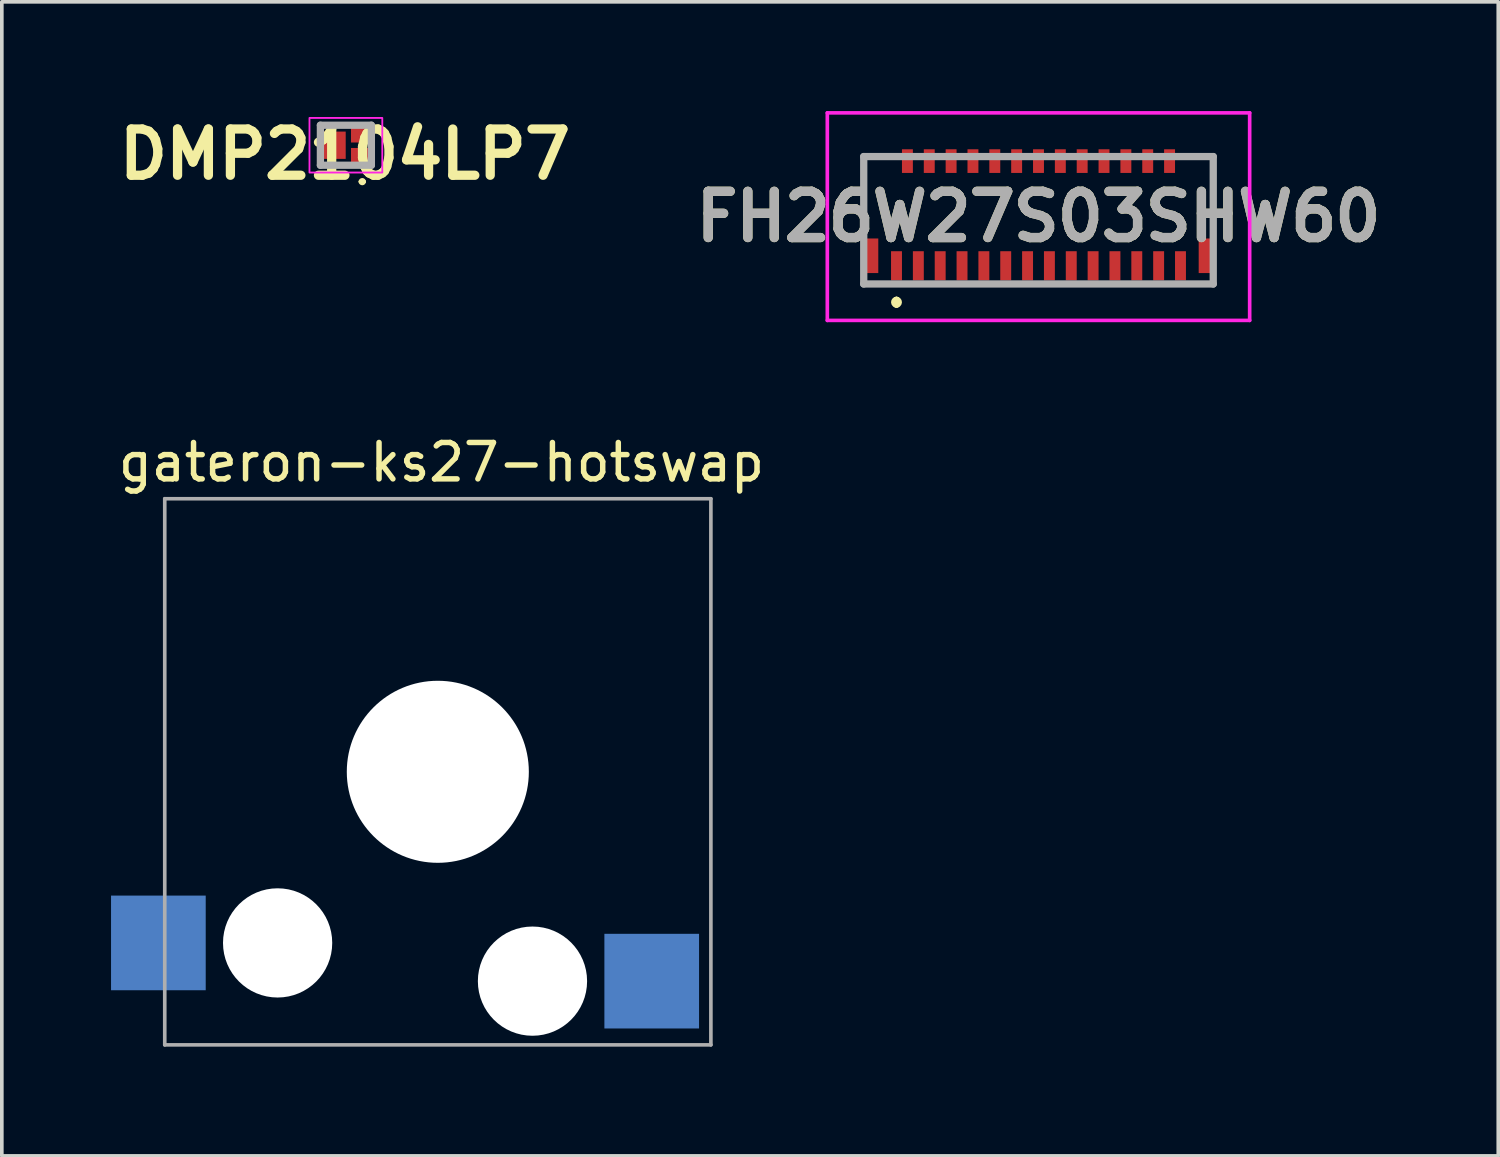
<source format=kicad_pcb>
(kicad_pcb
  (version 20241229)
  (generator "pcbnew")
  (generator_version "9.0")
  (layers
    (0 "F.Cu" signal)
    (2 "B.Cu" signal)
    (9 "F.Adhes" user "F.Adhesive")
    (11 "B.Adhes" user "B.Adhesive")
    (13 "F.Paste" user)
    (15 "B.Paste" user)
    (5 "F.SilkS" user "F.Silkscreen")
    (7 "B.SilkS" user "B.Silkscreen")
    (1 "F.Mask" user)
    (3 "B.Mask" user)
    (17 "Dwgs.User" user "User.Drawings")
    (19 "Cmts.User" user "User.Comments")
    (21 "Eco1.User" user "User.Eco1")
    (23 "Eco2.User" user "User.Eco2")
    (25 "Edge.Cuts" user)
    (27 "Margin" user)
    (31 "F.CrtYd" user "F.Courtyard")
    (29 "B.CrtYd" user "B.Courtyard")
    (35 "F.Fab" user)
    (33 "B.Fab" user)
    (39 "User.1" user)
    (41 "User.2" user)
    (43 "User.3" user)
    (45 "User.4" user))
  (footprint "gateron-ks27-hotswap"
    (layer "F.Cu")
    (at 8.975 18.148)
    (property "Reference" "gateron-ks27-hotswap" (at 0.1 -8.5 0) (unlocked yes) (layer "F.SilkS") (effects (font (size 1 1) (thickness 0.15))))
    (attr through_hole)
    (fp_line (start -7 -7) (end -7 7) (stroke (width 0.12) (type solid)) (layer "Eco2.User"))
    (fp_line (start -7 7) (end 7 7) (stroke (width 0.12) (type solid)) (layer "Eco2.User"))
    (fp_line (start -3.2 -6.3) (end -3.2 -3.1) (stroke (width 0.12) (type solid)) (layer "Eco2.User"))
    (fp_line (start 1.8 -6.3) (end -3.2 -6.3) (stroke (width 0.12) (type solid)) (layer "Eco2.User"))
    (fp_line (start 1.8 -6.3) (end 1.8 -3.1) (stroke (width 0.12) (type solid)) (layer "Eco2.User"))
    (fp_line (start 1.8 -3.1) (end -3.2 -3.1) (stroke (width 0.12) (type solid)) (layer "Eco2.User"))
    (fp_line (start 7 -7) (end -7 -7) (stroke (width 0.12) (type solid)) (layer "Eco2.User"))
    (fp_line (start 7 7) (end 7 -7) (stroke (width 0.12) (type solid)) (layer "Eco2.User"))
    (fp_line (start -7.5 -7.5) (end -7.5 7.5) (stroke (width 0.1) (type solid)) (layer "F.Fab"))
    (fp_line (start -7.5 7.5) (end 7.5 7.5) (stroke (width 0.1) (type solid)) (layer "F.Fab"))
    (fp_line (start 7.5 -7.5) (end -7.5 -7.5) (stroke (width 0.1) (type solid)) (layer "F.Fab"))
    (fp_line (start 7.5 7.5) (end 7.5 -7.5) (stroke (width 0.1) (type solid)) (layer "F.Fab"))
    (pad "" np_thru_hole circle (at -4.4 4.7) (size 3 3) (drill 3) (layers "*.Cu" "*.Mask"))
    (pad "" np_thru_hole circle (at 0 0) (size 5 5) (drill 5) (layers "*.Cu" "*.Mask"))
    (pad "" np_thru_hole circle (at 2.6 5.75) (size 3 3) (drill 3) (layers "*.Cu" "*.Mask"))
    (pad "1" smd rect (at -7.675 4.7) (size 2.6 2.6) (layers "B.Cu" "B.Mask" "B.Paste"))
    (pad "2" smd rect (at 5.875 5.75) (size 2.6 2.6) (layers "B.Cu" "B.Mask" "B.Paste")))
  (footprint "DMP2104LP7"
    (layer "F.Cu")
    (at 6.45 0.939)
    (property "Reference" "DMP2104LP7" (at -0.027 0.25 0) (layer "F.SilkS") (effects (font (size 1.27 1.27) (thickness 0.254))))
    (attr smd)
    (fp_line (start 0.4 1) (end 0.4 1) (stroke (width 0.1) (type solid)) (layer "F.SilkS"))
    (fp_line (start 0.5 1) (end 0.5 1) (stroke (width 0.1) (type solid)) (layer "F.SilkS"))
    (fp_arc (start 0.4 1) (mid 0.45 0.95) (end 0.5 1) (stroke (width 0.1) (type solid)) (layer "F.SilkS"))
    (fp_arc (start 0.5 1) (mid 0.45 1.05) (end 0.4 1) (stroke (width 0.1) (type solid)) (layer "F.SilkS"))
    (fp_rect (start -1 -0.75) (end 1 0.75) (stroke (width 0.05) (type default)) (fill no) (layer "F.CrtYd"))
    (fp_line (start -0.7 -0.55) (end 0.7 -0.55) (stroke (width 0.2) (type solid)) (layer "F.Fab"))
    (fp_line (start -0.7 0.55) (end -0.7 -0.55) (stroke (width 0.2) (type solid)) (layer "F.Fab"))
    (fp_line (start 0.7 -0.55) (end 0.7 0.55) (stroke (width 0.2) (type solid)) (layer "F.Fab"))
    (fp_line (start 0.7 0.55) (end -0.7 0.55) (stroke (width 0.2) (type solid)) (layer "F.Fab"))
    (pad "1" smd rect (at 0.38 0.275 90) (size 0.4 0.48) (layers "F.Cu" "F.Mask" "F.Paste"))
    (pad "2" smd rect (at -0.38 0 90) (size 0.75 0.75) (layers "F.Cu" "F.Mask" "F.Paste"))
    (pad "3" smd rect (at 0.38 -0.275 90) (size 0.4 0.48) (layers "F.Cu" "F.Mask" "F.Paste")))
  (footprint "FH26W27S03SHW60"
    (layer "F.Cu")
    (at 25.473 2.9)
    (property "Reference" "FH26W27S03SHW60" (at 0 0 0) (layer "F.SilkS") (effects (font (size 1.27 1.27) (thickness 0.254))))
    (attr smd)
    (fp_line (start -4.8 -1.65) (end -4.8 -1.65) (stroke (width 0.1) (type solid)) (layer "F.SilkS"))
    (fp_line (start -4.8 -1.65) (end -4.8 -1.65) (stroke (width 0.1) (type solid)) (layer "F.SilkS"))
    (fp_line (start -4.8 -1.65) (end -4.8 -0.15) (stroke (width 0.1) (type solid)) (layer "F.SilkS"))
    (fp_line (start -4.8 -1.65) (end -4.5 -1.65) (stroke (width 0.1) (type solid)) (layer "F.SilkS"))
    (fp_line (start -4.8 -0.15) (end -4.8 -1.65) (stroke (width 0.1) (type solid)) (layer "F.SilkS"))
    (fp_line (start -4.8 -0.15) (end -4.8 -0.15) (stroke (width 0.1) (type solid)) (layer "F.SilkS"))
    (fp_line (start -4.5 -1.65) (end -4.8 -1.65) (stroke (width 0.1) (type solid)) (layer "F.SilkS"))
    (fp_line (start -4.5 -1.65) (end -4.5 -1.65) (stroke (width 0.1) (type solid)) (layer "F.SilkS"))
    (fp_line (start -3.9 2.3) (end -3.9 2.3) (stroke (width 0.2) (type solid)) (layer "F.SilkS"))
    (fp_line (start -3.9 2.3) (end -3.9 2.4) (stroke (width 0.2) (type solid)) (layer "F.SilkS"))
    (fp_line (start -3.9 2.4) (end -3.9 2.4) (stroke (width 0.2) (type solid)) (layer "F.SilkS"))
    (fp_line (start 4.5 -1.65) (end 4.5 -1.65) (stroke (width 0.1) (type solid)) (layer "F.SilkS"))
    (fp_line (start 4.5 -1.65) (end 4.8 -1.65) (stroke (width 0.1) (type solid)) (layer "F.SilkS"))
    (fp_line (start 4.8 -1.65) (end 4.5 -1.65) (stroke (width 0.1) (type solid)) (layer "F.SilkS"))
    (fp_line (start 4.8 -1.65) (end 4.8 -1.65) (stroke (width 0.1) (type solid)) (layer "F.SilkS"))
    (fp_line (start 4.8 -1.65) (end 4.8 -1.65) (stroke (width 0.1) (type solid)) (layer "F.SilkS"))
    (fp_line (start 4.8 -1.65) (end 4.8 -0.15) (stroke (width 0.1) (type solid)) (layer "F.SilkS"))
    (fp_line (start 4.8 -0.15) (end 4.8 -1.65) (stroke (width 0.1) (type solid)) (layer "F.SilkS"))
    (fp_line (start 4.8 -0.15) (end 4.8 -0.15) (stroke (width 0.1) (type solid)) (layer "F.SilkS"))
    (fp_arc (start -3.9 2.3) (mid -3.85 2.35) (end -3.9 2.4) (stroke (width 0.2) (type solid)) (layer "F.SilkS"))
    (fp_arc (start -3.9 2.4) (mid -3.95 2.35) (end -3.9 2.3) (stroke (width 0.2) (type solid)) (layer "F.SilkS"))
    (fp_line (start -5.8 -2.85) (end 5.8 -2.85) (stroke (width 0.1) (type solid)) (layer "F.CrtYd"))
    (fp_line (start -5.8 2.85) (end -5.8 -2.85) (stroke (width 0.1) (type solid)) (layer "F.CrtYd"))
    (fp_line (start 5.8 -2.85) (end 5.8 2.85) (stroke (width 0.1) (type solid)) (layer "F.CrtYd"))
    (fp_line (start 5.8 2.85) (end -5.8 2.85) (stroke (width 0.1) (type solid)) (layer "F.CrtYd"))
    (fp_line (start -4.8 -1.65) (end -4.8 1.85) (stroke (width 0.2) (type solid)) (layer "F.Fab"))
    (fp_line (start -4.8 1.85) (end 4.8 1.85) (stroke (width 0.2) (type solid)) (layer "F.Fab"))
    (fp_line (start 4.8 -1.65) (end -4.8 -1.65) (stroke (width 0.2) (type solid)) (layer "F.Fab"))
    (fp_line (start 4.8 1.85) (end 4.8 -1.65) (stroke (width 0.2) (type solid)) (layer "F.Fab"))
    (fp_text user "${REFERENCE}" (at 0 0 0) (layer "F.Fab") (effects (font (size 1.27 1.27) (thickness 0.254))))
    (pad "1" smd rect (at -3.9 1.35) (size 0.3 0.8) (layers "F.Cu" "F.Mask" "F.Paste"))
    (pad "2" smd rect (at -3.6 -1.525) (size 0.3 0.65) (layers "F.Cu" "F.Mask" "F.Paste"))
    (pad "3" smd rect (at -3.3 1.35) (size 0.3 0.8) (layers "F.Cu" "F.Mask" "F.Paste"))
    (pad "4" smd rect (at -3 -1.525) (size 0.3 0.65) (layers "F.Cu" "F.Mask" "F.Paste"))
    (pad "5" smd rect (at -2.7 1.35) (size 0.3 0.8) (layers "F.Cu" "F.Mask" "F.Paste"))
    (pad "6" smd rect (at -2.4 -1.525) (size 0.3 0.65) (layers "F.Cu" "F.Mask" "F.Paste"))
    (pad "7" smd rect (at -2.1 1.35) (size 0.3 0.8) (layers "F.Cu" "F.Mask" "F.Paste"))
    (pad "8" smd rect (at -1.8 -1.525) (size 0.3 0.65) (layers "F.Cu" "F.Mask" "F.Paste"))
    (pad "9" smd rect (at -1.5 1.35) (size 0.3 0.8) (layers "F.Cu" "F.Mask" "F.Paste"))
    (pad "10" smd rect (at -1.2 -1.525) (size 0.3 0.65) (layers "F.Cu" "F.Mask" "F.Paste"))
    (pad "11" smd rect (at -0.9 1.35) (size 0.3 0.8) (layers "F.Cu" "F.Mask" "F.Paste"))
    (pad "12" smd rect (at -0.6 -1.525) (size 0.3 0.65) (layers "F.Cu" "F.Mask" "F.Paste"))
    (pad "13" smd rect (at -0.3 1.35) (size 0.3 0.8) (layers "F.Cu" "F.Mask" "F.Paste"))
    (pad "14" smd rect (at 0 -1.525) (size 0.3 0.65) (layers "F.Cu" "F.Mask" "F.Paste"))
    (pad "15" smd rect (at 0.3 1.35) (size 0.3 0.8) (layers "F.Cu" "F.Mask" "F.Paste"))
    (pad "16" smd rect (at 0.6 -1.525) (size 0.3 0.65) (layers "F.Cu" "F.Mask" "F.Paste"))
    (pad "17" smd rect (at 0.9 1.35) (size 0.3 0.8) (layers "F.Cu" "F.Mask" "F.Paste"))
    (pad "18" smd rect (at 1.2 -1.525) (size 0.3 0.65) (layers "F.Cu" "F.Mask" "F.Paste"))
    (pad "19" smd rect (at 1.5 1.35) (size 0.3 0.8) (layers "F.Cu" "F.Mask" "F.Paste"))
    (pad "20" smd rect (at 1.8 -1.525) (size 0.3 0.65) (layers "F.Cu" "F.Mask" "F.Paste"))
    (pad "21" smd rect (at 2.1 1.35) (size 0.3 0.8) (layers "F.Cu" "F.Mask" "F.Paste"))
    (pad "22" smd rect (at 2.4 -1.525) (size 0.3 0.65) (layers "F.Cu" "F.Mask" "F.Paste"))
    (pad "23" smd rect (at 2.7 1.35) (size 0.3 0.8) (layers "F.Cu" "F.Mask" "F.Paste"))
    (pad "24" smd rect (at 3 -1.525) (size 0.3 0.65) (layers "F.Cu" "F.Mask" "F.Paste"))
    (pad "25" smd rect (at 3.3 1.35) (size 0.3 0.8) (layers "F.Cu" "F.Mask" "F.Paste"))
    (pad "26" smd rect (at 3.6 -1.525) (size 0.3 0.65) (layers "F.Cu" "F.Mask" "F.Paste"))
    (pad "27" smd rect (at 3.9 1.35) (size 0.3 0.8) (layers "F.Cu" "F.Mask" "F.Paste"))
    (pad "MP1" smd rect (at -4.6 1.075) (size 0.4 0.95) (layers "F.Cu" "F.Mask" "F.Paste"))
    (pad "MP2" smd rect (at 4.6 1.075) (size 0.4 0.95) (layers "F.Cu" "F.Mask" "F.Paste")))
  (gr_rect
    (start -3 -3)
    (end 38.101 28.698)
    (stroke (width 0.1) (type default))
    (fill no)
    (layer "Edge.Cuts")))
</source>
